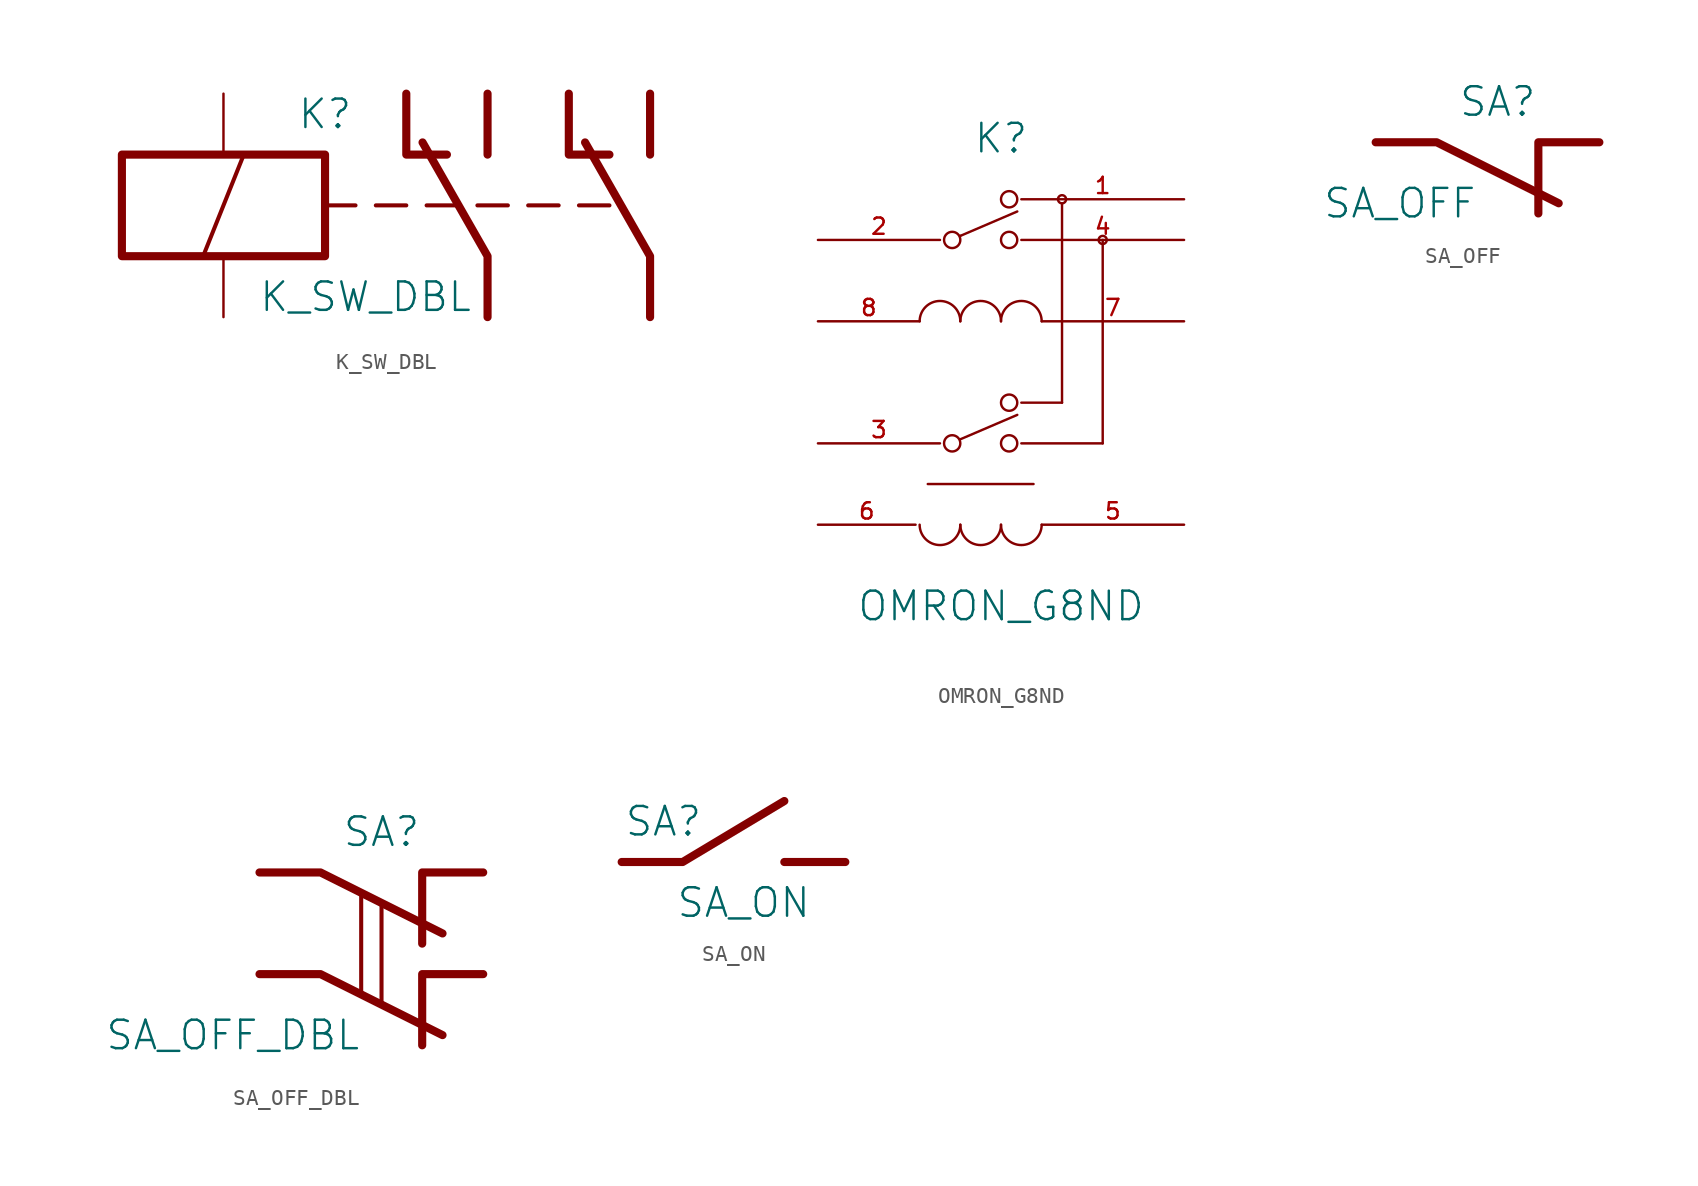
<source format=kicad_sym>
(kicad_symbol_lib
  (version 20211014)
  (generator kicad_symbol_editor)
  (symbol "K_SW_DBL"
    (pin_names
      (offset 0))
    (property "Reference" "K"
      (at 0 5.08 0)
      (effects (font (size 1.778 1.778))))
    (property "Value" "K_SW_DBL"
      (at 2.54 -6.35 0)
      (effects (font (size 1.778 1.778))))
    (symbol "K_SW_DBL_0_1"
      (rectangle (start -12.7 2.54) (end 0 -3.81) (stroke (width 0.508) (type default) (color 0 0 0 0)) (fill (type none)))
      (polyline (pts (xy -6.35 -3.81) (xy -6.35 -7.62)) (stroke (width 0) (type default) (color 0 0 0 0)) (fill (type none)))
      (polyline (pts (xy -6.35 6.35) (xy -6.35 2.54)) (stroke (width 0) (type default) (color 0 0 0 0)) (fill (type none)))
      (polyline (pts (xy -5.08 2.54) (xy -7.62 -3.81)) (stroke (width 0.254) (type default) (color 0 0 0 0)) (fill (type none)))
      (polyline (pts (xy 0 -0.635) (xy 1.905 -0.635)) (stroke (width 0.254) (type default) (color 0 0 0 0)) (fill (type none)))
      (polyline (pts (xy 3.175 -0.635) (xy 5.08 -0.635)) (stroke (width 0.254) (type default) (color 0 0 0 0)) (fill (type none)))
      (polyline (pts (xy 6.35 -0.635) (xy 8.255 -0.635)) (stroke (width 0.254) (type default) (color 0 0 0 0)) (fill (type none)))
      (polyline (pts (xy 9.525 -0.635) (xy 11.43 -0.635)) (stroke (width 0.254) (type default) (color 0 0 0 0)) (fill (type none)))
      (polyline (pts (xy 10.16 2.54) (xy 10.16 6.35)) (stroke (width 0.508) (type default) (color 0 0 0 0)) (fill (type none)))
      (polyline (pts (xy 12.7 -0.635) (xy 14.605 -0.635)) (stroke (width 0.254) (type default) (color 0 0 0 0)) (fill (type none)))
      (polyline (pts (xy 15.875 -0.635) (xy 17.78 -0.635)) (stroke (width 0.254) (type default) (color 0 0 0 0)) (fill (type none)))
      (polyline (pts (xy 20.32 2.54) (xy 20.32 6.35)) (stroke (width 0.508) (type default) (color 0 0 0 0)) (fill (type none)))
      (polyline (pts (xy 5.08 6.35) (xy 5.08 2.54) (xy 7.62 2.54)) (stroke (width 0.508) (type default) (color 0 0 0 0)) (fill (type none)))
      (polyline (pts (xy 6.096 3.302) (xy 10.16 -3.81) (xy 10.16 -7.62)) (stroke (width 0.508) (type default) (color 0 0 0 0)) (fill (type none)))
      (polyline (pts (xy 15.24 6.35) (xy 15.24 2.54) (xy 17.78 2.54)) (stroke (width 0.508) (type default) (color 0 0 0 0)) (fill (type none)))
      (polyline (pts (xy 16.256 3.302) (xy 20.32 -3.81) (xy 20.32 -7.62)) (stroke (width 0.508) (type default) (color 0 0 0 0)) (fill (type none))))
    (symbol "K_SW_DBL_1_1"
      (pin passive line (at -6.35 6.35 270) (length 2.54) hide (name "~" (effects (font (size 1.27 1.27)))) (number "1" (effects (font (size 1.27 1.27)))))
      (pin passive line (at -6.35 -7.62 90) (length 2.54) hide (name "~" (effects (font (size 1.27 1.27)))) (number "2" (effects (font (size 1.27 1.27)))))
      (pin passive line (at 5.08 6.35 270) (length 2.54) hide (name "~" (effects (font (size 1.27 1.27)))) (number "3" (effects (font (size 1.27 1.27)))))
      (pin passive line (at 10.16 -7.62 90) (length 2.54) hide (name "~" (effects (font (size 1.27 1.27)))) (number "4" (effects (font (size 1.27 1.27)))))
      (pin passive line (at 10.16 6.35 270) (length 2.54) hide (name "~" (effects (font (size 1.27 1.27)))) (number "5" (effects (font (size 1.27 1.27)))))
      (pin passive line (at 15.24 6.35 270) (length 2.54) hide (name "~" (effects (font (size 1.27 1.27)))) (number "6" (effects (font (size 1.27 1.27)))))
      (pin passive line (at 20.32 -7.62 90) (length 2.54) hide (name "~" (effects (font (size 1.27 1.27)))) (number "7" (effects (font (size 1.27 1.27)))))
      (pin passive line (at 20.32 6.35 270) (length 2.54) hide (name "~" (effects (font (size 1.27 1.27)))) (number "8" (effects (font (size 1.27 1.27)))))))
  (symbol "OMRON_G8ND"
    (pin_names
      (offset 0))
    (property "Reference" "K"
      (at 11.43 6.35 0)
      (effects (font (size 1.778 1.778))))
    (property "Value" "OMRON_G8ND"
      (at 11.43 -22.86 0)
      (effects (font (size 1.778 1.778))))
    (symbol "OMRON_G8ND_1_1"
      (polyline (pts (xy 8.89 -12.446) (xy 12.446 -10.922)) (stroke (width 0) (type default) (color 0 0 0 0)) (fill (type none)))
      (polyline (pts (xy 8.89 0.254) (xy 8.89 0.254)) (stroke (width 0) (type default) (color 0 0 0 0)) (fill (type none)))
      (polyline (pts (xy 8.89 0.254) (xy 12.446 1.778)) (stroke (width 0) (type default) (color 0 0 0 0)) (fill (type none)))
      (polyline (pts (xy 12.7 -12.7) (xy 17.78 -12.7)) (stroke (width 0) (type default) (color 0 0 0 0)) (fill (type none)))
      (polyline (pts (xy 12.7 -10.16) (xy 15.24 -10.16)) (stroke (width 0) (type default) (color 0 0 0 0)) (fill (type none)))
      (polyline (pts (xy 13.462 -15.24) (xy 6.858 -15.24)) (stroke (width 0) (type default) (color 0 0 0 0)) (fill (type none)))
      (polyline (pts (xy 15.24 -10.16) (xy 15.24 2.286)) (stroke (width 0) (type default) (color 0 0 0 0)) (fill (type none)))
      (polyline (pts (xy 17.78 -12.7) (xy 17.78 0)) (stroke (width 0) (type default) (color 0 0 0 0)) (fill (type none)))
      (arc (start 6.35 -17.78) (mid 7.62 -19.05) (end 8.89 -17.78) (stroke (width 0) (type default) (color 0 0 0 0)) (fill (type none)))
      (circle (center 8.382 -12.7) (radius 0.508) (stroke (width 0) (type default) (color 0 0 0 0)) (fill (type none)))
      (circle (center 8.382 0) (radius 0.508) (stroke (width 0) (type default) (color 0 0 0 0)) (fill (type none)))
      (arc (start 8.89 -17.78) (mid 10.16 -19.05) (end 11.43 -17.78) (stroke (width 0) (type default) (color 0 0 0 0)) (fill (type none)))
      (arc (start 8.89 -5.08) (mid 7.62 -3.81) (end 6.35 -5.08) (stroke (width 0) (type default) (color 0 0 0 0)) (fill (type none)))
      (arc (start 11.43 -17.78) (mid 12.7 -19.05) (end 13.97 -17.78) (stroke (width 0) (type default) (color 0 0 0 0)) (fill (type none)))
      (arc (start 11.43 -5.08) (mid 10.16 -3.81) (end 8.89 -5.08) (stroke (width 0) (type default) (color 0 0 0 0)) (fill (type none)))
      (circle (center 11.938 -12.7) (radius 0.508) (stroke (width 0) (type default) (color 0 0 0 0)) (fill (type none)))
      (circle (center 11.938 -10.16) (radius 0.508) (stroke (width 0) (type default) (color 0 0 0 0)) (fill (type none)))
      (circle (center 11.938 0) (radius 0.508) (stroke (width 0) (type default) (color 0 0 0 0)) (fill (type none)))
      (circle (center 11.938 2.54) (radius 0.508) (stroke (width 0) (type default) (color 0 0 0 0)) (fill (type none)))
      (arc (start 13.97 -5.08) (mid 12.7 -3.81) (end 11.43 -5.08) (stroke (width 0) (type default) (color 0 0 0 0)) (fill (type none)))
      (circle (center 15.24 2.54) (radius 0.254) (stroke (width 0) (type default) (color 0 0 0 0)) (fill (type none)))
      (circle (center 17.78 0) (radius 0.254) (stroke (width 0) (type default) (color 0 0 0 0)) (fill (type none)))
      (pin passive line (at 22.86 2.54 180) (length 10.16) (name "1" (effects (font (size 0 0)))) (number "1" (effects (font (size 1.016 1.016)))))
      (pin passive line (at 0 0 0) (length 7.62) (name "2" (effects (font (size 0 0)))) (number "2" (effects (font (size 1.016 1.016)))))
      (pin passive line (at 0 -12.7 0) (length 7.62) (name "3" (effects (font (size 0 0)))) (number "3" (effects (font (size 1.016 1.016)))))
      (pin passive line (at 22.86 0 180) (length 10.16) (name "4" (effects (font (size 0 0)))) (number "4" (effects (font (size 1.016 1.016)))))
      (pin passive line (at 22.86 -17.78 180) (length 8.89) (name "5" (effects (font (size 0 0)))) (number "5" (effects (font (size 1.016 1.016)))))
      (pin passive line (at 0 -17.78 0) (length 6.096) (name "6" (effects (font (size 0 0)))) (number "6" (effects (font (size 1.016 1.016)))))
      (pin passive line (at 22.86 -5.08 180) (length 8.89) (name "7" (effects (font (size 0 0)))) (number "7" (effects (font (size 1.016 1.016)))))
      (pin passive line (at 0 -5.08 0) (length 6.35) (name "8" (effects (font (size 0 0)))) (number "8" (effects (font (size 1.016 1.016)))))))
  (symbol "SA_OFF"
    (pin_names
      (offset 0))
    (property "Reference" "SA"
      (at 0 2.54 0)
      (effects (font (size 1.778 1.778))))
    (property "Value" "SA_OFF"
      (at -1.27 -3.81 0)
      (effects (font (size 1.778 1.778)) (justify right)))
    (symbol "SA_OFF_0_1"
      (polyline (pts (xy -7.62 0) (xy -3.81 0) (xy 3.81 -3.81)) (stroke (width 0.508) (type default) (color 0 0 0 0)) (fill (type none)))
      (polyline (pts (xy 6.35 0) (xy 2.54 0) (xy 2.54 -4.445)) (stroke (width 0.508) (type default) (color 0 0 0 0)) (fill (type none))))
    (symbol "SA_OFF_1_1"
      (pin passive line (at -7.62 0 0) (length 2.54) hide (name "~" (effects (font (size 1.27 1.27)))) (number "1" (effects (font (size 1.27 1.27)))))
      (pin passive line (at 6.35 0 180) (length 2.54) hide (name "~" (effects (font (size 1.27 1.27)))) (number "2" (effects (font (size 1.27 1.27)))))))
  (symbol "SA_OFF_DBL"
    (pin_names
      (offset 0))
    (property "Reference" "SA"
      (at 0 6.35 0)
      (effects (font (size 1.778 1.778))))
    (property "Value" "SA_OFF_DBL"
      (at -1.27 -6.35 0)
      (effects (font (size 1.778 1.778)) (justify right)))
    (symbol "SA_OFF_DBL_0_1"
      (polyline (pts (xy -1.27 2.54) (xy -1.27 -3.81)) (stroke (width 0.254) (type default) (color 0 0 0 0)) (fill (type none)))
      (polyline (pts (xy 0 1.905) (xy 0 -4.445)) (stroke (width 0.254) (type default) (color 0 0 0 0)) (fill (type none)))
      (polyline (pts (xy -7.62 -2.54) (xy -3.81 -2.54) (xy 3.81 -6.35)) (stroke (width 0.508) (type default) (color 0 0 0 0)) (fill (type none)))
      (polyline (pts (xy -7.62 3.81) (xy -3.81 3.81) (xy 3.81 0)) (stroke (width 0.508) (type default) (color 0 0 0 0)) (fill (type none)))
      (polyline (pts (xy 6.35 -2.54) (xy 2.54 -2.54) (xy 2.54 -6.985)) (stroke (width 0.508) (type default) (color 0 0 0 0)) (fill (type none)))
      (polyline (pts (xy 6.35 3.81) (xy 2.54 3.81) (xy 2.54 -0.635)) (stroke (width 0.508) (type default) (color 0 0 0 0)) (fill (type none))))
    (symbol "SA_OFF_DBL_1_1"
      (pin passive line (at -7.62 3.81 0) (length 2.54) hide (name "~" (effects (font (size 1.27 1.27)))) (number "1" (effects (font (size 1.27 1.27)))))
      (pin passive line (at 6.35 3.81 180) (length 2.54) hide (name "~" (effects (font (size 1.27 1.27)))) (number "2" (effects (font (size 1.27 1.27)))))
      (pin passive line (at -7.62 -2.54 0) (length 2.54) hide (name "~" (effects (font (size 1.27 1.27)))) (number "3" (effects (font (size 1.27 1.27)))))
      (pin passive line (at 6.35 -2.54 180) (length 2.54) hide (name "~" (effects (font (size 1.27 1.27)))) (number "4" (effects (font (size 1.27 1.27)))))))
  (symbol "SA_ON"
    (pin_names
      (offset 0))
    (property "Reference" "SA"
      (at -2.54 2.54 0)
      (effects (font (size 1.778 1.778)) (justify right)))
    (property "Value" "SA_ON"
      (at 0 -2.54 0)
      (effects (font (size 1.778 1.778))))
    (symbol "SA_ON_0_1"
      (polyline (pts (xy 6.35 0) (xy 2.54 0)) (stroke (width 0.508) (type default) (color 0 0 0 0)) (fill (type none)))
      (polyline (pts (xy -7.62 0) (xy -3.81 0) (xy 2.54 3.81)) (stroke (width 0.508) (type default) (color 0 0 0 0)) (fill (type none))))
    (symbol "SA_ON_1_1"
      (pin passive line (at -7.62 0 0) (length 2.54) hide (name "~" (effects (font (size 1.27 1.27)))) (number "1" (effects (font (size 1.27 1.27)))))
      (pin passive line (at 6.35 0 180) (length 2.54) hide (name "~" (effects (font (size 1.27 1.27)))) (number "2" (effects (font (size 1.27 1.27))))))))
</source>
